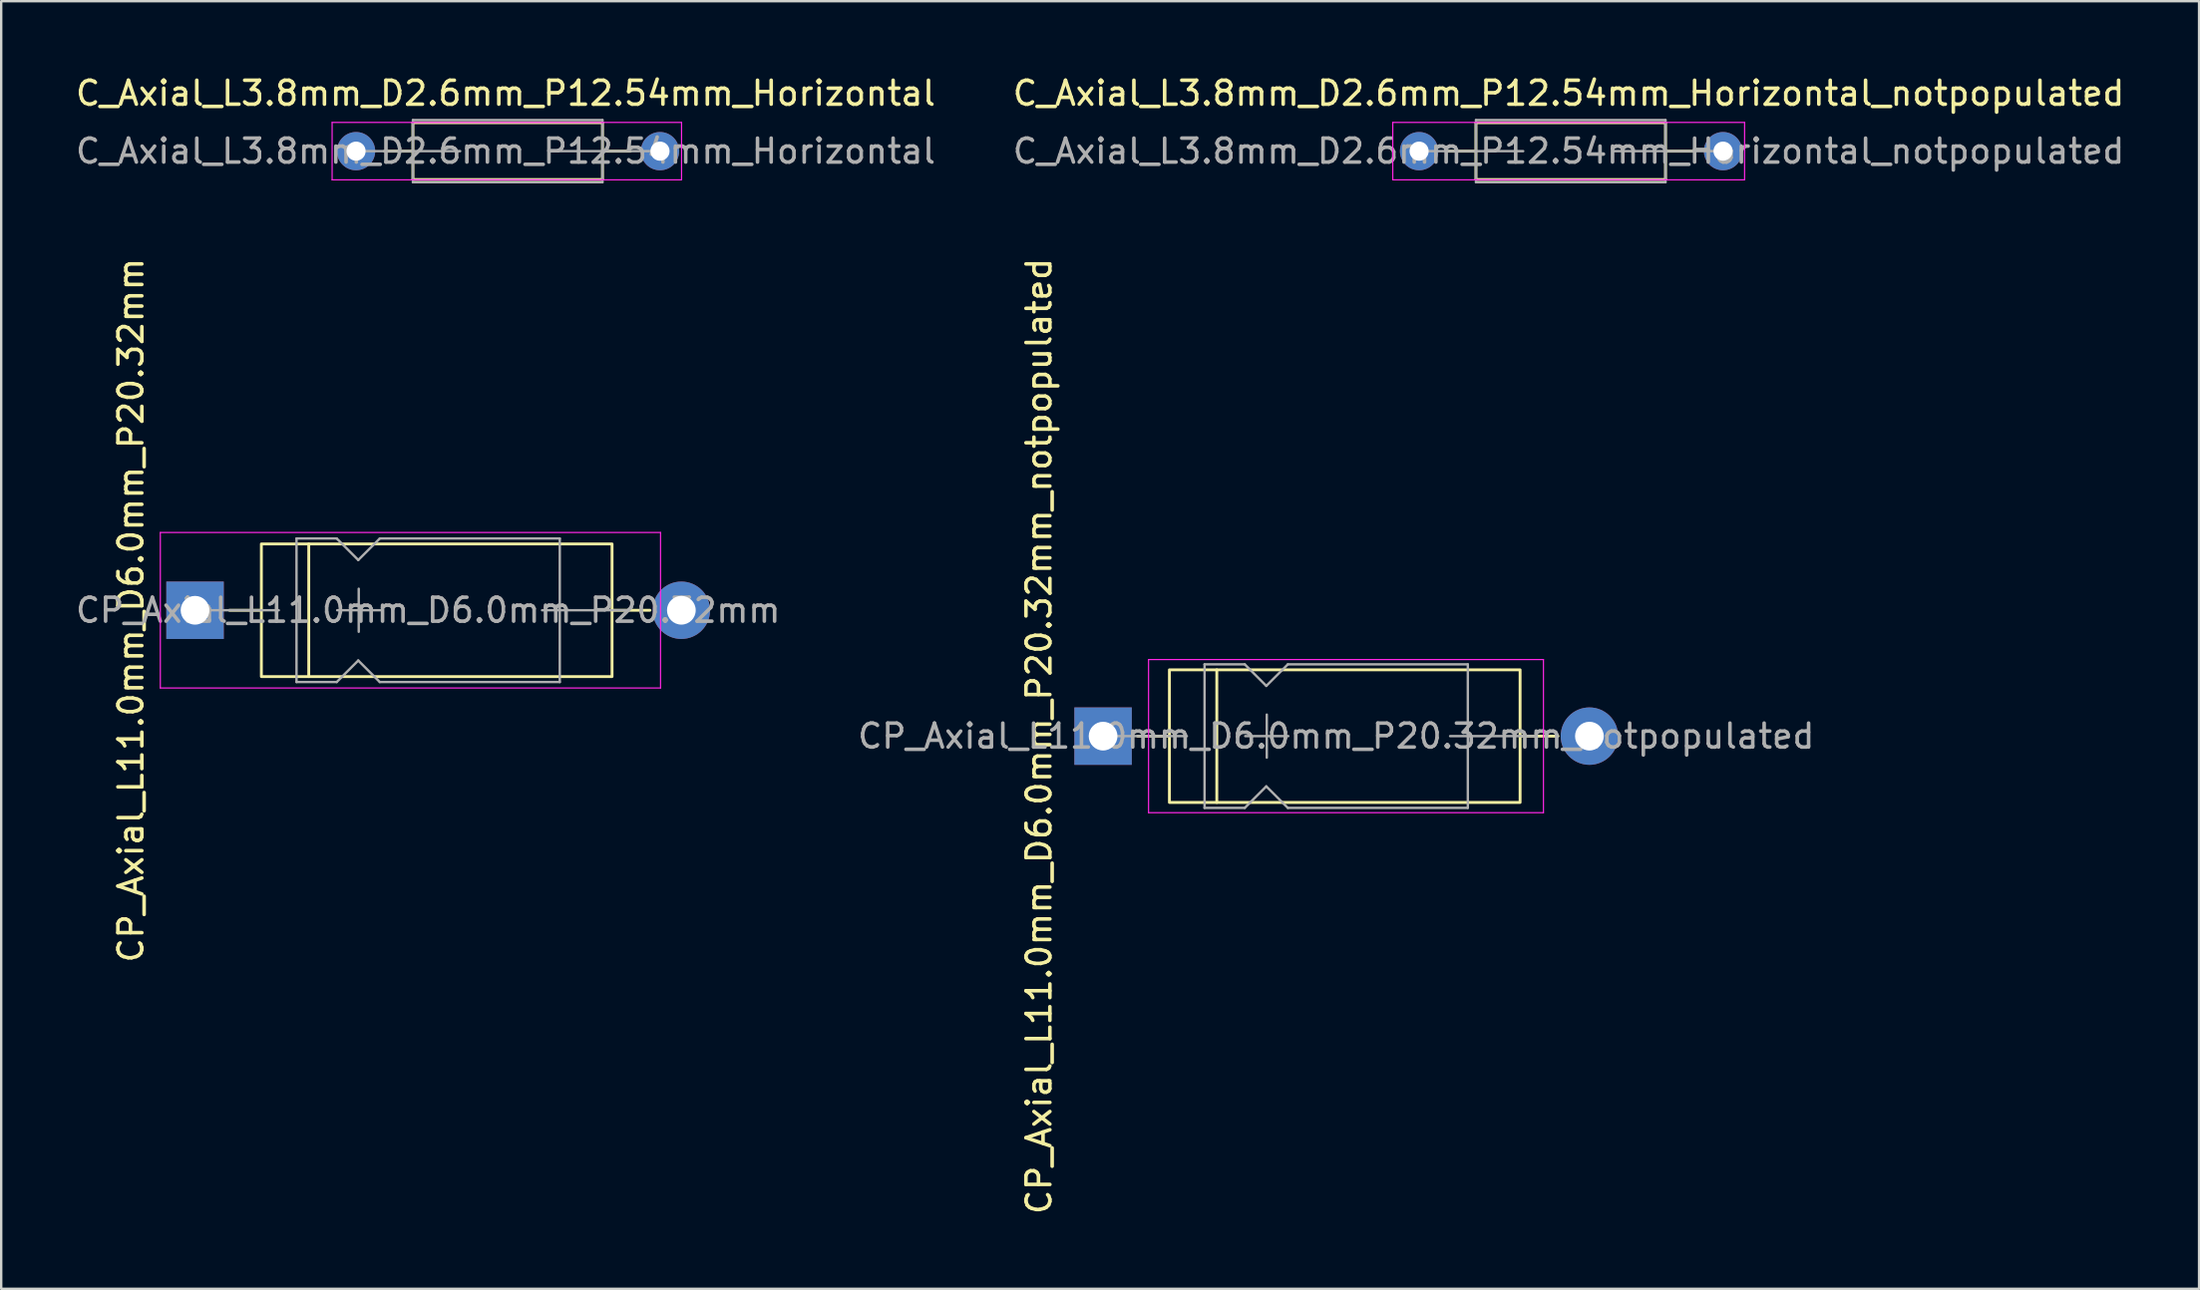
<source format=kicad_pcb>
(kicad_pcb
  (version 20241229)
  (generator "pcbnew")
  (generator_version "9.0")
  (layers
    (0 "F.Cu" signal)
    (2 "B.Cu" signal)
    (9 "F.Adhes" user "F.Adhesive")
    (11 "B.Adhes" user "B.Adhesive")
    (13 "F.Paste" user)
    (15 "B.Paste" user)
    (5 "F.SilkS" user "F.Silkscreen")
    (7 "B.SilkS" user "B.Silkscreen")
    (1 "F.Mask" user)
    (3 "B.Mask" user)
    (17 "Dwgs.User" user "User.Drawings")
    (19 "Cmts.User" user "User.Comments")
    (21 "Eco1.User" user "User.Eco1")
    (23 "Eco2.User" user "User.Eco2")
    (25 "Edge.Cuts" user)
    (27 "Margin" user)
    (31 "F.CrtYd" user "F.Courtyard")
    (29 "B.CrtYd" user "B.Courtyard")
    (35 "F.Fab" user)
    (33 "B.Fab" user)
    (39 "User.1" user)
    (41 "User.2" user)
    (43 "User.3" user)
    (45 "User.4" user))
  (footprint "CP_Axial_L11.0mm_D6.0mm_P20.32mm"
    (layer "F.Cu")
    (at 5.099 22.458)
    (property "Reference" "CP_Axial_L11.0mm_D6.0mm_P20.32mm" (at -2.678 0 90) (layer "F.SilkS") (effects (font (size 1 1) (thickness 0.15))))
    (attr through_hole)
    (fp_line (start 1.44 0) (end 2.772 0) (stroke (width 0.12) (type solid)) (layer "F.SilkS"))
    (fp_line (start 4.752 -2.772) (end 4.752 2.772) (stroke (width 0.12) (type default)) (layer "F.SilkS"))
    (fp_line (start 19.008 0) (end 17.424 0) (stroke (width 0.12) (type solid)) (layer "F.SilkS"))
    (fp_rect (start 2.772 -2.772) (end 17.424 2.772) (stroke (width 0.12) (type default)) (fill no) (layer "F.SilkS"))
    (fp_line (start -1.45 -3.25) (end -1.45 3.25) (stroke (width 0.05) (type solid)) (layer "F.CrtYd"))
    (fp_line (start -1.45 3.25) (end 19.45 3.25) (stroke (width 0.05) (type solid)) (layer "F.CrtYd"))
    (fp_line (start 19.45 -3.25) (end -1.45 -3.25) (stroke (width 0.05) (type solid)) (layer "F.CrtYd"))
    (fp_line (start 19.45 3.25) (end 19.45 -3.25) (stroke (width 0.05) (type solid)) (layer "F.CrtYd"))
    (fp_line (start 0 0) (end 3.5 0) (stroke (width 0.1) (type solid)) (layer "F.Fab"))
    (fp_line (start 4.24 -3) (end 4.24 3) (stroke (width 0.1) (type solid)) (layer "F.Fab"))
    (fp_line (start 4.24 -3) (end 5.92 -3) (stroke (width 0.1) (type solid)) (layer "F.Fab"))
    (fp_line (start 4.24 3) (end 5.92 3) (stroke (width 0.1) (type solid)) (layer "F.Fab"))
    (fp_line (start 5.92 -3) (end 6.82 -2.1) (stroke (width 0.1) (type solid)) (layer "F.Fab"))
    (fp_line (start 5.92 3) (end 6.82 2.1) (stroke (width 0.1) (type solid)) (layer "F.Fab"))
    (fp_line (start 5.94 0) (end 7.74 0) (stroke (width 0.1) (type solid)) (layer "F.Fab"))
    (fp_line (start 6.82 -2.1) (end 7.72 -3) (stroke (width 0.1) (type solid)) (layer "F.Fab"))
    (fp_line (start 6.82 2.1) (end 7.72 3) (stroke (width 0.1) (type solid)) (layer "F.Fab"))
    (fp_line (start 6.84 -0.9) (end 6.84 0.9) (stroke (width 0.1) (type solid)) (layer "F.Fab"))
    (fp_line (start 7.72 -3) (end 15.24 -3) (stroke (width 0.1) (type solid)) (layer "F.Fab"))
    (fp_line (start 7.72 3) (end 15.24 3) (stroke (width 0.1) (type solid)) (layer "F.Fab"))
    (fp_line (start 15.24 -3) (end 15.24 3) (stroke (width 0.1) (type solid)) (layer "F.Fab"))
    (fp_line (start 18 0) (end 14.5 0) (stroke (width 0.1) (type solid)) (layer "F.Fab"))
    (fp_text user "${REFERENCE}" (at 9.74 0 0) (layer "F.Fab") (effects (font (size 1 1) (thickness 0.15))))
    (pad "1" thru_hole rect (at 0 0) (size 2.4 2.4) (drill 1.2) (layers "*.Cu" "*.Mask"))
    (pad "2" thru_hole oval (at 20.32 0) (size 2.4 2.4) (drill 1.2) (layers "*.Cu" "*.Mask")))
  (footprint "CP_Axial_L11.0mm_D6.0mm_P20.32mm_notpopulated"
    (layer "F.Cu")
    (at 43.04 27.719)
    (property "Reference" "CP_Axial_L11.0mm_D6.0mm_P20.32mm_notpopulated" (at -2.678 0 90) (layer "F.SilkS") (effects (font (size 1 1) (thickness 0.15))))
    (attr through_hole)
    (fp_line (start 1.44 0) (end 2.772 0) (stroke (width 0.12) (type solid)) (layer "F.SilkS"))
    (fp_line (start 4.752 -2.772) (end 4.752 2.772) (stroke (width 0.12) (type default)) (layer "F.SilkS"))
    (fp_line (start 19.008 0) (end 17.424 0) (stroke (width 0.12) (type solid)) (layer "F.SilkS"))
    (fp_rect (start 2.772 -2.772) (end 17.424 2.772) (stroke (width 0.12) (type default)) (fill no) (layer "F.SilkS"))
    (fp_line (start 1.9 -3.2) (end 1.9 3.2) (stroke (width 0.05) (type solid)) (layer "F.CrtYd"))
    (fp_line (start 1.9 3.2) (end 18.4 3.2) (stroke (width 0.05) (type solid)) (layer "F.CrtYd"))
    (fp_line (start 18.4 -3.2) (end 1.9 -3.2) (stroke (width 0.05) (type solid)) (layer "F.CrtYd"))
    (fp_line (start 18.4 3.2) (end 18.4 -3.2) (stroke (width 0.05) (type solid)) (layer "F.CrtYd"))
    (fp_line (start 0 0) (end 3.5 0) (stroke (width 0.1) (type solid)) (layer "F.Fab"))
    (fp_line (start 4.24 -3) (end 4.24 3) (stroke (width 0.1) (type solid)) (layer "F.Fab"))
    (fp_line (start 4.24 -3) (end 5.92 -3) (stroke (width 0.1) (type solid)) (layer "F.Fab"))
    (fp_line (start 4.24 3) (end 5.92 3) (stroke (width 0.1) (type solid)) (layer "F.Fab"))
    (fp_line (start 5.92 -3) (end 6.82 -2.1) (stroke (width 0.1) (type solid)) (layer "F.Fab"))
    (fp_line (start 5.92 3) (end 6.82 2.1) (stroke (width 0.1) (type solid)) (layer "F.Fab"))
    (fp_line (start 5.94 0) (end 7.74 0) (stroke (width 0.1) (type solid)) (layer "F.Fab"))
    (fp_line (start 6.82 -2.1) (end 7.72 -3) (stroke (width 0.1) (type solid)) (layer "F.Fab"))
    (fp_line (start 6.82 2.1) (end 7.72 3) (stroke (width 0.1) (type solid)) (layer "F.Fab"))
    (fp_line (start 6.84 -0.9) (end 6.84 0.9) (stroke (width 0.1) (type solid)) (layer "F.Fab"))
    (fp_line (start 7.72 -3) (end 15.24 -3) (stroke (width 0.1) (type solid)) (layer "F.Fab"))
    (fp_line (start 7.72 3) (end 15.24 3) (stroke (width 0.1) (type solid)) (layer "F.Fab"))
    (fp_line (start 15.24 -3) (end 15.24 3) (stroke (width 0.1) (type solid)) (layer "F.Fab"))
    (fp_line (start 18 0) (end 14.5 0) (stroke (width 0.1) (type solid)) (layer "F.Fab"))
    (fp_text user "${REFERENCE}" (at 9.74 0 0) (layer "F.Fab") (effects (font (size 1 1) (thickness 0.15))))
    (pad "1" thru_hole rect (at 0 0) (size 2.4 2.4) (drill 1.2) (layers "*.Cu" "*.Mask"))
    (pad "2" thru_hole oval (at 20.32 0) (size 2.4 2.4) (drill 1.2) (layers "*.Cu" "*.Mask")))
  (footprint "C_Axial_L3.8mm_D2.6mm_P12.54mm_Horizontal_notpopulated"
    (layer "F.Cu")
    (at 56.244 3.268)
    (property "Reference" "C_Axial_L3.8mm_D2.6mm_P12.54mm_Horizontal_notpopulated" (at 6.25 -2.42 0) (layer "F.SilkS") (effects (font (size 1 1) (thickness 0.15))))
    (attr through_hole)
    (fp_line (start 1.188 0) (end 2.376 0) (stroke (width 0.12) (type solid)) (layer "F.SilkS"))
    (fp_line (start 2.376 -1.188) (end 2.376 1.188) (stroke (width 0.12) (type solid)) (layer "F.SilkS"))
    (fp_line (start 2.376 1.188) (end 10.296 1.188) (stroke (width 0.12) (type solid)) (layer "F.SilkS"))
    (fp_line (start 10.296 -1.188) (end 2.376 -1.188) (stroke (width 0.12) (type solid)) (layer "F.SilkS"))
    (fp_line (start 10.296 1.188) (end 10.296 -1.188) (stroke (width 0.12) (type solid)) (layer "F.SilkS"))
    (fp_line (start 11.46 0) (end 10.296 0) (stroke (width 0.12) (type solid)) (layer "F.SilkS"))
    (fp_line (start -1.1 -1.2) (end -1.1 1.2) (stroke (width 0.05) (type solid)) (layer "F.CrtYd"))
    (fp_line (start -1.1 1.2) (end 13.6 1.2) (stroke (width 0.05) (type solid)) (layer "F.CrtYd"))
    (fp_line (start 13.6 -1.2) (end -1.1 -1.2) (stroke (width 0.05) (type solid)) (layer "F.CrtYd"))
    (fp_line (start 13.6 1.2) (end 13.6 -1.2) (stroke (width 0.05) (type solid)) (layer "F.CrtYd"))
    (fp_line (start 0 0) (end 4.35 0) (stroke (width 0.1) (type solid)) (layer "F.Fab"))
    (fp_line (start 2.376 -1.3) (end 2.376 1.3) (stroke (width 0.1) (type solid)) (layer "F.Fab"))
    (fp_line (start 2.376 1.3) (end 10.296 1.3) (stroke (width 0.1) (type solid)) (layer "F.Fab"))
    (fp_line (start 10.296 -1.3) (end 2.376 -1.3) (stroke (width 0.1) (type solid)) (layer "F.Fab"))
    (fp_line (start 10.296 1.3) (end 10.296 -1.3) (stroke (width 0.1) (type solid)) (layer "F.Fab"))
    (fp_line (start 12.5 0) (end 8.15 0) (stroke (width 0.1) (type solid)) (layer "F.Fab"))
    (fp_text user "${REFERENCE}" (at 6.25 0 0) (layer "F.Fab") (effects (font (size 1 1) (thickness 0.15))))
    (pad "1" thru_hole circle (at 0 0) (size 1.6 1.6) (drill 0.8) (layers "*.Cu" "*.Mask"))
    (pad "2" thru_hole oval (at 12.7 0) (size 1.6 1.6) (drill 0.8) (layers "*.Cu" "*.Mask")))
  (footprint "C_Axial_L3.8mm_D2.6mm_P12.54mm_Horizontal"
    (layer "F.Cu")
    (at 11.827 3.268)
    (property "Reference" "C_Axial_L3.8mm_D2.6mm_P12.54mm_Horizontal" (at 6.25 -2.42 0) (layer "F.SilkS") (effects (font (size 1 1) (thickness 0.15))))
    (attr through_hole)
    (fp_line (start 1.188 0) (end 2.376 0) (stroke (width 0.12) (type solid)) (layer "F.SilkS"))
    (fp_line (start 2.376 -1.188) (end 2.376 1.188) (stroke (width 0.12) (type solid)) (layer "F.SilkS"))
    (fp_line (start 2.376 1.188) (end 10.296 1.188) (stroke (width 0.12) (type solid)) (layer "F.SilkS"))
    (fp_line (start 10.296 -1.188) (end 2.376 -1.188) (stroke (width 0.12) (type solid)) (layer "F.SilkS"))
    (fp_line (start 10.296 1.188) (end 10.296 -1.188) (stroke (width 0.12) (type solid)) (layer "F.SilkS"))
    (fp_line (start 11.46 0) (end 10.296 0) (stroke (width 0.12) (type solid)) (layer "F.SilkS"))
    (fp_line (start -1 -1.2) (end -1 1.2) (stroke (width 0.05) (type solid)) (layer "F.CrtYd"))
    (fp_line (start -1 1.2) (end 13.6 1.2) (stroke (width 0.05) (type solid)) (layer "F.CrtYd"))
    (fp_line (start 13.6 -1.2) (end -1 -1.2) (stroke (width 0.05) (type solid)) (layer "F.CrtYd"))
    (fp_line (start 13.6 1.2) (end 13.6 -1.2) (stroke (width 0.05) (type solid)) (layer "F.CrtYd"))
    (fp_line (start 0 0) (end 4.35 0) (stroke (width 0.1) (type solid)) (layer "F.Fab"))
    (fp_line (start 2.376 -1.3) (end 2.376 1.3) (stroke (width 0.1) (type solid)) (layer "F.Fab"))
    (fp_line (start 2.376 1.3) (end 10.296 1.3) (stroke (width 0.1) (type solid)) (layer "F.Fab"))
    (fp_line (start 10.296 -1.3) (end 2.376 -1.3) (stroke (width 0.1) (type solid)) (layer "F.Fab"))
    (fp_line (start 10.296 1.3) (end 10.296 -1.3) (stroke (width 0.1) (type solid)) (layer "F.Fab"))
    (fp_line (start 12.5 0) (end 8.15 0) (stroke (width 0.1) (type solid)) (layer "F.Fab"))
    (fp_text user "${REFERENCE}" (at 6.25 0 0) (layer "F.Fab") (effects (font (size 1 1) (thickness 0.15))))
    (pad "1" thru_hole circle (at 0 0) (size 1.6 1.6) (drill 0.8) (layers "*.Cu" "*.Mask"))
    (pad "2" thru_hole oval (at 12.7 0) (size 1.6 1.6) (drill 0.8) (layers "*.Cu" "*.Mask")))
  (gr_rect
    (start -3 -3)
    (end 88.833 50.821)
    (stroke (width 0.1) (type default))
    (fill no)
    (layer "Edge.Cuts")))
</source>
